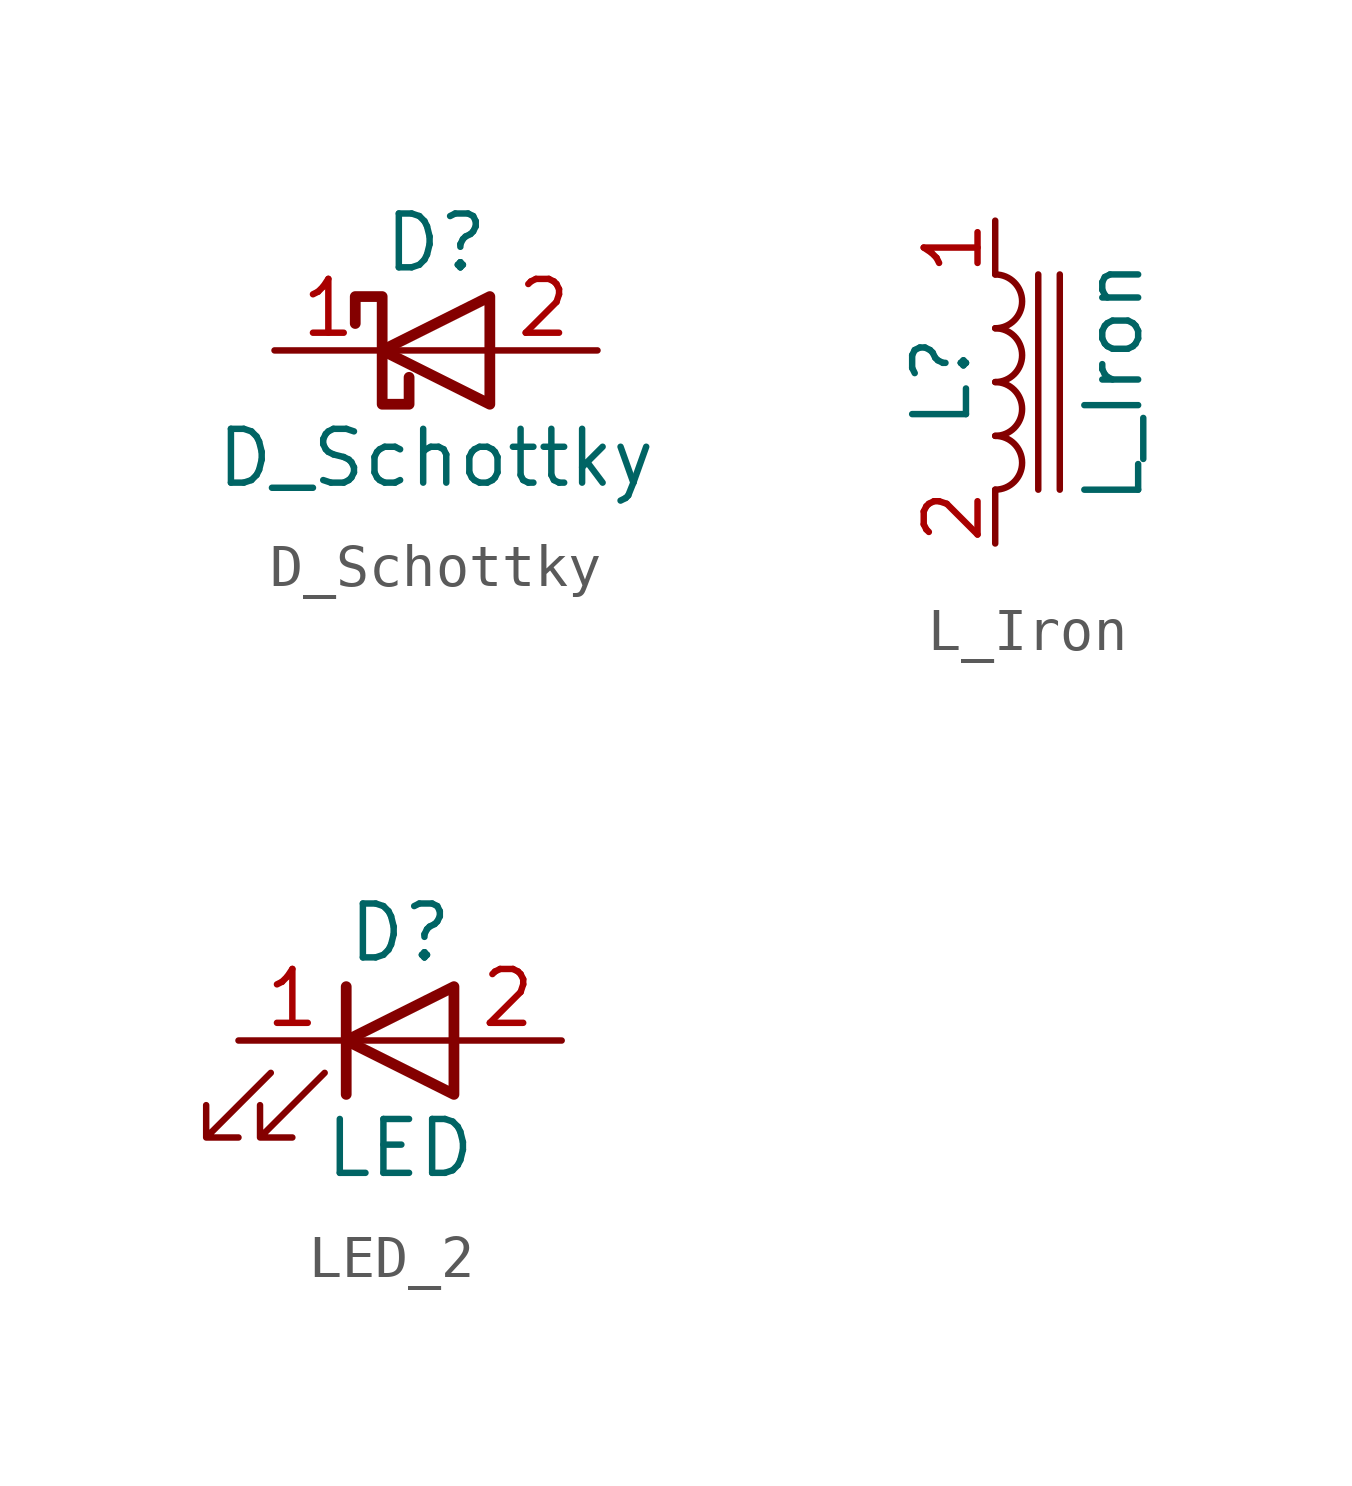
<source format=kicad_sym>
(kicad_symbol_lib
  (version 20241209)
  (generator "kicad_symbol_editor")
  (generator_version "9.0")
  (symbol "D_Schottky"
    (pin_names
      (offset 1.016)
      (hide yes))
    (property "Reference" "D"
      (at 0 2.54 0)
      (effects (font (size 1.27 1.27))))
    (property "Value" "D_Schottky"
      (at 0 -2.54 0)
      (effects (font (size 1.27 1.27))))
    (symbol "D_Schottky_0_1"
      (polyline (pts (xy -1.905 0.635) (xy -1.905 1.27) (xy -1.27 1.27) (xy -1.27 -1.27) (xy -0.635 -1.27) (xy -0.635 -0.635)) (stroke (width 0.254) (type default)) (fill (type none)))
      (polyline (pts (xy 1.27 1.27) (xy 1.27 -1.27) (xy -1.27 0) (xy 1.27 1.27)) (stroke (width 0.254) (type default)) (fill (type none)))
      (polyline (pts (xy 1.27 0) (xy -1.27 0)) (stroke (width 0) (type default)) (fill (type none))))
    (symbol "D_Schottky_1_1"
      (pin passive line (at -3.81 0 0) (length 2.54) (name "K" (effects (font (size 1.27 1.27)))) (number "1" (effects (font (size 1.27 1.27)))))
      (pin passive line (at 3.81 0 180) (length 2.54) (name "A" (effects (font (size 1.27 1.27)))) (number "2" (effects (font (size 1.27 1.27)))))))
  (symbol "L_Iron"
    (pin_names
      (offset 1.016)
      (hide yes))
    (property "Reference" "L"
      (at -1.27 0 90)
      (effects (font (size 1.27 1.27))))
    (property "Value" "L_Iron"
      (at 2.794 0 90)
      (effects (font (size 1.27 1.27))))
    (symbol "L_Iron_0_1"
      (arc (start 0 2.54) (mid 0.6323 1.905) (end 0 1.27) (stroke (width 0) (type default)) (fill (type none)))
      (arc (start 0 1.27) (mid 0.6323 0.635) (end 0 0) (stroke (width 0) (type default)) (fill (type none)))
      (arc (start 0 0) (mid 0.6323 -0.635) (end 0 -1.27) (stroke (width 0) (type default)) (fill (type none)))
      (arc (start 0 -1.27) (mid 0.6323 -1.905) (end 0 -2.54) (stroke (width 0) (type default)) (fill (type none)))
      (polyline (pts (xy 1.016 2.54) (xy 1.016 -2.54)) (stroke (width 0) (type default)) (fill (type none)))
      (polyline (pts (xy 1.524 -2.54) (xy 1.524 2.54)) (stroke (width 0) (type default)) (fill (type none))))
    (symbol "L_Iron_1_1"
      (pin passive line (at 0 3.81 270) (length 1.27) (name "1" (effects (font (size 1.27 1.27)))) (number "1" (effects (font (size 1.27 1.27)))))
      (pin passive line (at 0 -3.81 90) (length 1.27) (name "2" (effects (font (size 1.27 1.27)))) (number "2" (effects (font (size 1.27 1.27)))))))
  (symbol "LED_2"
    (pin_names
      (offset 1.016)
      (hide yes))
    (property "Reference" "D"
      (at 0 2.54 0)
      (effects (font (size 1.27 1.27))))
    (property "Value" "LED"
      (at 0 -2.54 0)
      (effects (font (size 1.27 1.27))))
    (symbol "LED_2_0_1"
      (polyline (pts (xy -3.048 -0.762) (xy -4.572 -2.286) (xy -3.81 -2.286) (xy -4.572 -2.286) (xy -4.572 -1.524)) (stroke (width 0) (type default)) (fill (type none)))
      (polyline (pts (xy -1.778 -0.762) (xy -3.302 -2.286) (xy -2.54 -2.286) (xy -3.302 -2.286) (xy -3.302 -1.524)) (stroke (width 0) (type default)) (fill (type none)))
      (polyline (pts (xy -1.27 0) (xy 1.27 0)) (stroke (width 0) (type default)) (fill (type none)))
      (polyline (pts (xy -1.27 -1.27) (xy -1.27 1.27)) (stroke (width 0.254) (type default)) (fill (type none)))
      (polyline (pts (xy 1.27 -1.27) (xy 1.27 1.27) (xy -1.27 0) (xy 1.27 -1.27)) (stroke (width 0.254) (type default)) (fill (type none))))
    (symbol "LED_2_1_1"
      (pin passive line (at -3.81 0 0) (length 2.54) (name "K" (effects (font (size 1.27 1.27)))) (number "1" (effects (font (size 1.27 1.27)))))
      (pin passive line (at 3.81 0 180) (length 2.54) (name "A" (effects (font (size 1.27 1.27)))) (number "2" (effects (font (size 1.27 1.27))))))))
</source>
